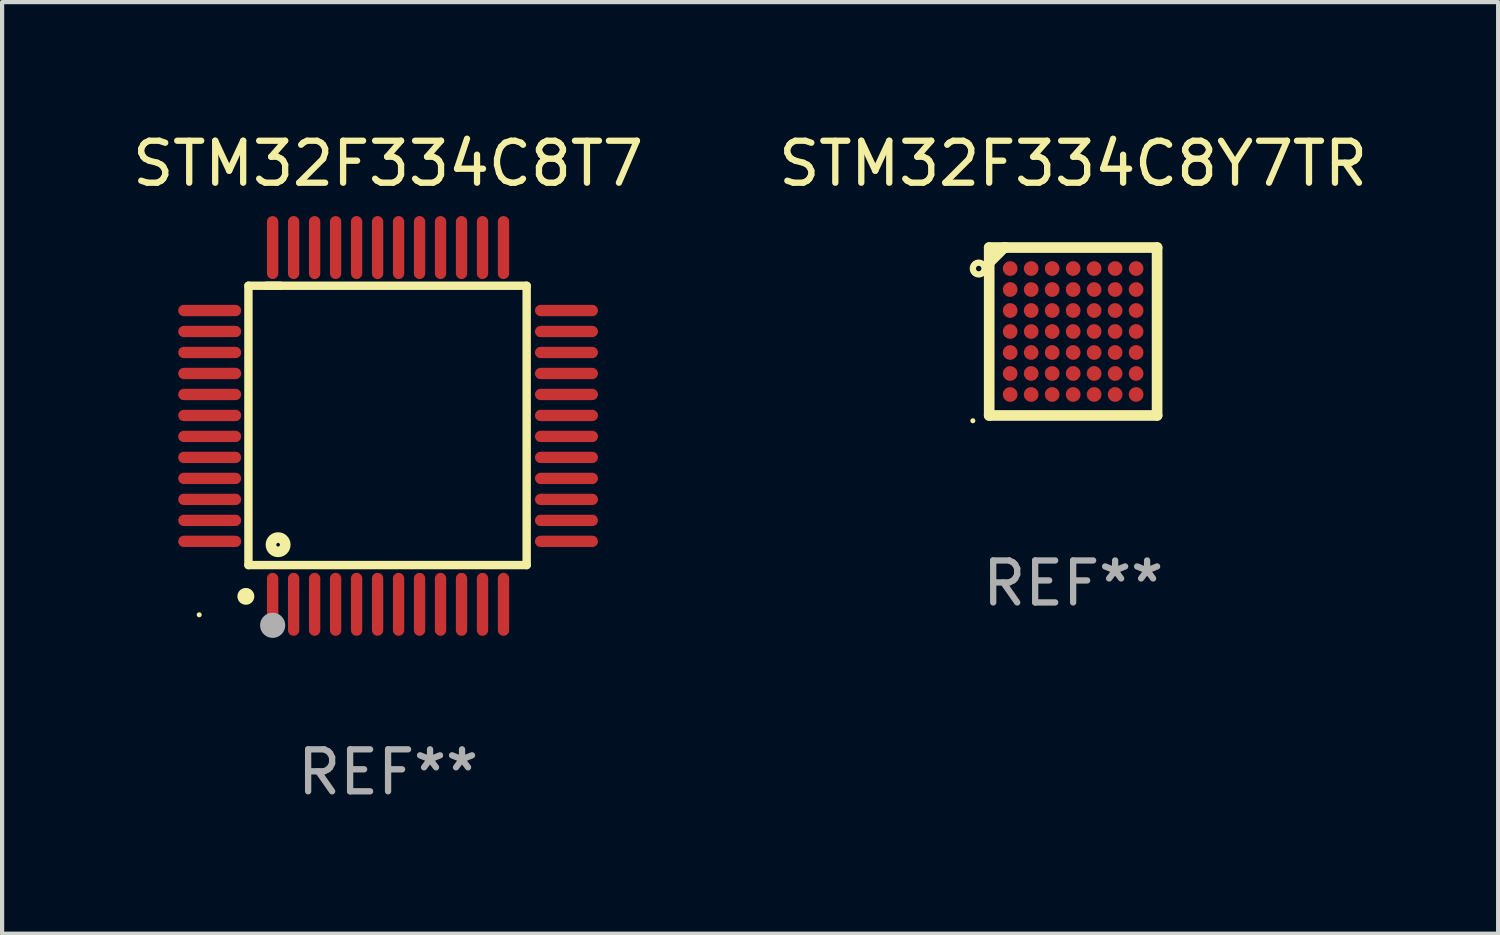
<source format=kicad_pcb>
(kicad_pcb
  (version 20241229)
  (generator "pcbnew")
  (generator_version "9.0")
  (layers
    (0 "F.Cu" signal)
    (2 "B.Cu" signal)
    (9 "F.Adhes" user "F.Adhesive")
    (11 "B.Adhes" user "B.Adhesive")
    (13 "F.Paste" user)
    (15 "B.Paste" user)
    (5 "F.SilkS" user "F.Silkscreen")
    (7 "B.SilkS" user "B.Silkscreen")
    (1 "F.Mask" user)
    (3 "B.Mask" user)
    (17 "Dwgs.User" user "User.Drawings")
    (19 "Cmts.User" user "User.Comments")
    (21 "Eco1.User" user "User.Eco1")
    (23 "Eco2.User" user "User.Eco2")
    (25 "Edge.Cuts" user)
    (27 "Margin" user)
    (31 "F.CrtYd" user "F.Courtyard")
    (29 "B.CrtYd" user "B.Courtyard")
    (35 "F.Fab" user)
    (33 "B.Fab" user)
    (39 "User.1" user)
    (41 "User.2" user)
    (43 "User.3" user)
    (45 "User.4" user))
  (footprint "STM32F334C8T7"
    (layer "F.Cu")
    (at 6.196 7.098)
    (property "Reference" "STM32F334C8T7" (at 0 -6.25 0) (layer "F.SilkS") (effects (font (size 1 1) (thickness 0.15))))
    (attr through_hole)
    (fp_line (start -3.327 -3.34) (end -2.565 -3.34) (stroke (width 0.2) (type solid)) (layer "F.SilkS"))
    (fp_line (start -3.327 3.315) (end -3.327 -3.34) (stroke (width 0.2) (type solid)) (layer "F.SilkS"))
    (fp_line (start -2.896 -3.34) (end 3.302 -3.34) (stroke (width 0.2) (type solid)) (layer "F.SilkS"))
    (fp_line (start 3.302 -3.34) (end 3.302 3.315) (stroke (width 0.2) (type solid)) (layer "F.SilkS"))
    (fp_line (start 3.302 3.315) (end -3.327 3.315) (stroke (width 0.2) (type solid)) (layer "F.SilkS"))
    (fp_arc (start -3.389992 4.059995) (mid -3.388722 4.059991) (end -3.387452 4.059995) (stroke (width 0.4) (type solid)) (layer "F.SilkS"))
    (fp_circle (center -4.5 4.5) (end -4.47 4.5) (stroke (width 0.06) (type solid)) (fill no) (layer "F.SilkS"))
    (fp_circle (center -2.62 2.83) (end -2.45 2.83) (stroke (width 0.254) (type solid)) (fill no) (layer "F.SilkS"))
    (fp_circle (center -2.75 4.75) (end -2.6 4.75) (stroke (width 0.3) (type solid)) (fill no) (layer "F.Fab"))
    (fp_text user "REF**" (at 0 8.25 0) (layer "F.Fab") (effects (font (size 1 1) (thickness 0.15))))
    (pad "1" smd oval (at -2.75 4.25) (size 0.27 1.5) (layers "F.Cu" "F.Mask" "F.Paste"))
    (pad "2" smd oval (at -2.25 4.25) (size 0.27 1.5) (layers "F.Cu" "F.Mask" "F.Paste"))
    (pad "3" smd oval (at -1.75 4.25) (size 0.27 1.5) (layers "F.Cu" "F.Mask" "F.Paste"))
    (pad "4" smd oval (at -1.25 4.25) (size 0.27 1.5) (layers "F.Cu" "F.Mask" "F.Paste"))
    (pad "5" smd oval (at -0.75 4.25) (size 0.27 1.5) (layers "F.Cu" "F.Mask" "F.Paste"))
    (pad "6" smd oval (at -0.25 4.25) (size 0.27 1.5) (layers "F.Cu" "F.Mask" "F.Paste"))
    (pad "7" smd oval (at 0.25 4.25) (size 0.27 1.5) (layers "F.Cu" "F.Mask" "F.Paste"))
    (pad "8" smd oval (at 0.75 4.25) (size 0.27 1.5) (layers "F.Cu" "F.Mask" "F.Paste"))
    (pad "9" smd oval (at 1.25 4.25) (size 0.27 1.5) (layers "F.Cu" "F.Mask" "F.Paste"))
    (pad "10" smd oval (at 1.75 4.25) (size 0.27 1.5) (layers "F.Cu" "F.Mask" "F.Paste"))
    (pad "11" smd oval (at 2.25 4.25) (size 0.27 1.5) (layers "F.Cu" "F.Mask" "F.Paste"))
    (pad "12" smd oval (at 2.75 4.25) (size 0.27 1.5) (layers "F.Cu" "F.Mask" "F.Paste"))
    (pad "13" smd oval (at 4.25 2.75) (size 1.5 0.27) (layers "F.Cu" "F.Mask" "F.Paste"))
    (pad "14" smd oval (at 4.25 2.25) (size 1.5 0.27) (layers "F.Cu" "F.Mask" "F.Paste"))
    (pad "15" smd oval (at 4.25 1.75) (size 1.5 0.27) (layers "F.Cu" "F.Mask" "F.Paste"))
    (pad "16" smd oval (at 4.25 1.25) (size 1.5 0.27) (layers "F.Cu" "F.Mask" "F.Paste"))
    (pad "17" smd oval (at 4.25 0.75) (size 1.5 0.27) (layers "F.Cu" "F.Mask" "F.Paste"))
    (pad "18" smd oval (at 4.25 0.25) (size 1.5 0.27) (layers "F.Cu" "F.Mask" "F.Paste"))
    (pad "19" smd oval (at 4.25 -0.25) (size 1.5 0.27) (layers "F.Cu" "F.Mask" "F.Paste"))
    (pad "20" smd oval (at 4.25 -0.75) (size 1.5 0.27) (layers "F.Cu" "F.Mask" "F.Paste"))
    (pad "21" smd oval (at 4.25 -1.25) (size 1.5 0.27) (layers "F.Cu" "F.Mask" "F.Paste"))
    (pad "22" smd oval (at 4.25 -1.75) (size 1.5 0.27) (layers "F.Cu" "F.Mask" "F.Paste"))
    (pad "23" smd oval (at 4.25 -2.25) (size 1.5 0.27) (layers "F.Cu" "F.Mask" "F.Paste"))
    (pad "24" smd oval (at 4.25 -2.75) (size 1.5 0.27) (layers "F.Cu" "F.Mask" "F.Paste"))
    (pad "25" smd oval (at 2.75 -4.25) (size 0.27 1.5) (layers "F.Cu" "F.Mask" "F.Paste"))
    (pad "26" smd oval (at 2.25 -4.25) (size 0.27 1.5) (layers "F.Cu" "F.Mask" "F.Paste"))
    (pad "27" smd oval (at 1.75 -4.25) (size 0.27 1.5) (layers "F.Cu" "F.Mask" "F.Paste"))
    (pad "28" smd oval (at 1.25 -4.25) (size 0.27 1.5) (layers "F.Cu" "F.Mask" "F.Paste"))
    (pad "29" smd oval (at 0.75 -4.25) (size 0.27 1.5) (layers "F.Cu" "F.Mask" "F.Paste"))
    (pad "30" smd oval (at 0.25 -4.25) (size 0.27 1.5) (layers "F.Cu" "F.Mask" "F.Paste"))
    (pad "31" smd oval (at -0.25 -4.25) (size 0.27 1.5) (layers "F.Cu" "F.Mask" "F.Paste"))
    (pad "32" smd oval (at -0.75 -4.25) (size 0.27 1.5) (layers "F.Cu" "F.Mask" "F.Paste"))
    (pad "33" smd oval (at -1.25 -4.25) (size 0.27 1.5) (layers "F.Cu" "F.Mask" "F.Paste"))
    (pad "34" smd oval (at -1.75 -4.25) (size 0.27 1.5) (layers "F.Cu" "F.Mask" "F.Paste"))
    (pad "35" smd oval (at -2.25 -4.25) (size 0.27 1.5) (layers "F.Cu" "F.Mask" "F.Paste"))
    (pad "36" smd oval (at -2.75 -4.25) (size 0.27 1.5) (layers "F.Cu" "F.Mask" "F.Paste"))
    (pad "37" smd oval (at -4.25 -2.75) (size 1.5 0.27) (layers "F.Cu" "F.Mask" "F.Paste"))
    (pad "38" smd oval (at -4.25 -2.25) (size 1.5 0.27) (layers "F.Cu" "F.Mask" "F.Paste"))
    (pad "39" smd oval (at -4.25 -1.75) (size 1.5 0.27) (layers "F.Cu" "F.Mask" "F.Paste"))
    (pad "40" smd oval (at -4.25 -1.25) (size 1.5 0.27) (layers "F.Cu" "F.Mask" "F.Paste"))
    (pad "41" smd oval (at -4.25 -0.75) (size 1.5 0.27) (layers "F.Cu" "F.Mask" "F.Paste"))
    (pad "42" smd oval (at -4.25 -0.25) (size 1.5 0.27) (layers "F.Cu" "F.Mask" "F.Paste"))
    (pad "43" smd oval (at -4.25 0.25) (size 1.5 0.27) (layers "F.Cu" "F.Mask" "F.Paste"))
    (pad "44" smd oval (at -4.25 0.75) (size 1.5 0.27) (layers "F.Cu" "F.Mask" "F.Paste"))
    (pad "45" smd oval (at -4.25 1.25) (size 1.5 0.27) (layers "F.Cu" "F.Mask" "F.Paste"))
    (pad "46" smd oval (at -4.25 1.75) (size 1.5 0.27) (layers "F.Cu" "F.Mask" "F.Paste"))
    (pad "47" smd oval (at -4.25 2.25) (size 1.5 0.27) (layers "F.Cu" "F.Mask" "F.Paste"))
    (pad "48" smd oval (at -4.25 2.75) (size 1.5 0.27) (layers "F.Cu" "F.Mask" "F.Paste")))
  (footprint "STM32F334C8Y7TR"
    (layer "F.Cu")
    (at 22.518 4.848)
    (property "Reference" "STM32F334C8Y7TR" (at 0 -4 0) (layer "F.SilkS") (effects (font (size 1 1) (thickness 0.15))))
    (attr through_hole)
    (fp_line (start -2 -2) (end 2 -2) (stroke (width 0.254) (type solid)) (layer "F.SilkS"))
    (fp_line (start -2 2) (end -2 -2) (stroke (width 0.254) (type solid)) (layer "F.SilkS"))
    (fp_line (start -1.642 -2) (end -2 -1.642) (stroke (width 0.254) (type solid)) (layer "F.SilkS"))
    (fp_line (start -1.609 -2) (end -1.642 -2) (stroke (width 0.254) (type solid)) (layer "F.SilkS"))
    (fp_line (start 2 -2) (end 2 2) (stroke (width 0.254) (type solid)) (layer "F.SilkS"))
    (fp_line (start 2 2) (end -2 2) (stroke (width 0.254) (type solid)) (layer "F.SilkS"))
    (fp_circle (center -2.39 2.127) (end -2.36 2.127) (stroke (width 0.06) (type solid)) (fill no) (layer "F.SilkS"))
    (fp_circle (center -2.25 -1.5) (end -2.185 -1.5) (stroke (width 0.15) (type solid)) (fill no) (layer "F.SilkS"))
    (fp_text user "REF**" (at 0 6 0) (layer "F.Fab") (effects (font (size 1 1) (thickness 0.15))))
    (pad "A1" smd circle (at -1.5 -1.5) (size 0.35 0.35) (layers "F.Cu" "F.Mask" "F.Paste"))
    (pad "A2" smd circle (at -1 -1.5) (size 0.35 0.35) (layers "F.Cu" "F.Mask" "F.Paste"))
    (pad "A3" smd circle (at -0.5 -1.5) (size 0.35 0.35) (layers "F.Cu" "F.Mask" "F.Paste"))
    (pad "A4" smd circle (at 0.000127 -1.5) (size 0.35 0.35) (layers "F.Cu" "F.Mask" "F.Paste"))
    (pad "A5" smd circle (at 0.5 -1.5) (size 0.35 0.35) (layers "F.Cu" "F.Mask" "F.Paste"))
    (pad "A6" smd circle (at 1 -1.5) (size 0.35 0.35) (layers "F.Cu" "F.Mask" "F.Paste"))
    (pad "A7" smd circle (at 1.5 -1.5) (size 0.35 0.35) (layers "F.Cu" "F.Mask" "F.Paste"))
    (pad "B1" smd circle (at -1.5 -1) (size 0.35 0.35) (layers "F.Cu" "F.Mask" "F.Paste"))
    (pad "B2" smd circle (at -1 -1) (size 0.35 0.35) (layers "F.Cu" "F.Mask" "F.Paste"))
    (pad "B3" smd circle (at -0.5 -1) (size 0.35 0.35) (layers "F.Cu" "F.Mask" "F.Paste"))
    (pad "B4" smd circle (at 0.000127 -1) (size 0.35 0.35) (layers "F.Cu" "F.Mask" "F.Paste"))
    (pad "B5" smd circle (at 0.5 -1) (size 0.35 0.35) (layers "F.Cu" "F.Mask" "F.Paste"))
    (pad "B6" smd circle (at 1 -1) (size 0.35 0.35) (layers "F.Cu" "F.Mask" "F.Paste"))
    (pad "B7" smd circle (at 1.5 -1) (size 0.35 0.35) (layers "F.Cu" "F.Mask" "F.Paste"))
    (pad "C1" smd circle (at -1.5 -0.5) (size 0.35 0.35) (layers "F.Cu" "F.Mask" "F.Paste"))
    (pad "C2" smd circle (at -1 -0.5) (size 0.35 0.35) (layers "F.Cu" "F.Mask" "F.Paste"))
    (pad "C3" smd circle (at -0.5 -0.5) (size 0.35 0.35) (layers "F.Cu" "F.Mask" "F.Paste"))
    (pad "C4" smd circle (at 0.000127 -0.5) (size 0.35 0.35) (layers "F.Cu" "F.Mask" "F.Paste"))
    (pad "C5" smd circle (at 0.5 -0.5) (size 0.35 0.35) (layers "F.Cu" "F.Mask" "F.Paste"))
    (pad "C6" smd circle (at 1 -0.5) (size 0.35 0.35) (layers "F.Cu" "F.Mask" "F.Paste"))
    (pad "C7" smd circle (at 1.5 -0.5) (size 0.35 0.35) (layers "F.Cu" "F.Mask" "F.Paste"))
    (pad "D1" smd circle (at -1.5 0.000127) (size 0.35 0.35) (layers "F.Cu" "F.Mask" "F.Paste"))
    (pad "D2" smd circle (at -1 0.000127) (size 0.35 0.35) (layers "F.Cu" "F.Mask" "F.Paste"))
    (pad "D3" smd circle (at -0.5 0.000127) (size 0.35 0.35) (layers "F.Cu" "F.Mask" "F.Paste"))
    (pad "D4" smd circle (at 0.000127 0.000127) (size 0.35 0.35) (layers "F.Cu" "F.Mask" "F.Paste"))
    (pad "D5" smd circle (at 0.5 0.000127) (size 0.35 0.35) (layers "F.Cu" "F.Mask" "F.Paste"))
    (pad "D6" smd circle (at 1 0.000127) (size 0.35 0.35) (layers "F.Cu" "F.Mask" "F.Paste"))
    (pad "D7" smd circle (at 1.5 0.000127) (size 0.35 0.35) (layers "F.Cu" "F.Mask" "F.Paste"))
    (pad "E1" smd circle (at -1.5 0.5) (size 0.35 0.35) (layers "F.Cu" "F.Mask" "F.Paste"))
    (pad "E2" smd circle (at -1 0.5) (size 0.35 0.35) (layers "F.Cu" "F.Mask" "F.Paste"))
    (pad "E3" smd circle (at -0.5 0.5) (size 0.35 0.35) (layers "F.Cu" "F.Mask" "F.Paste"))
    (pad "E4" smd circle (at 0.000127 0.5) (size 0.35 0.35) (layers "F.Cu" "F.Mask" "F.Paste"))
    (pad "E5" smd circle (at 0.5 0.5) (size 0.35 0.35) (layers "F.Cu" "F.Mask" "F.Paste"))
    (pad "E6" smd circle (at 1 0.5) (size 0.35 0.35) (layers "F.Cu" "F.Mask" "F.Paste"))
    (pad "E7" smd circle (at 1.5 0.5) (size 0.35 0.35) (layers "F.Cu" "F.Mask" "F.Paste"))
    (pad "F1" smd circle (at -1.5 1) (size 0.35 0.35) (layers "F.Cu" "F.Mask" "F.Paste"))
    (pad "F2" smd circle (at -1 1) (size 0.35 0.35) (layers "F.Cu" "F.Mask" "F.Paste"))
    (pad "F3" smd circle (at -0.5 1) (size 0.35 0.35) (layers "F.Cu" "F.Mask" "F.Paste"))
    (pad "F4" smd circle (at 0.000127 1) (size 0.35 0.35) (layers "F.Cu" "F.Mask" "F.Paste"))
    (pad "F5" smd circle (at 0.5 1) (size 0.35 0.35) (layers "F.Cu" "F.Mask" "F.Paste"))
    (pad "F6" smd circle (at 1 1) (size 0.35 0.35) (layers "F.Cu" "F.Mask" "F.Paste"))
    (pad "F7" smd circle (at 1.5 1) (size 0.35 0.35) (layers "F.Cu" "F.Mask" "F.Paste"))
    (pad "G1" smd circle (at -1.5 1.5) (size 0.35 0.35) (layers "F.Cu" "F.Mask" "F.Paste"))
    (pad "G2" smd circle (at -1 1.5) (size 0.35 0.35) (layers "F.Cu" "F.Mask" "F.Paste"))
    (pad "G3" smd circle (at -0.5 1.5) (size 0.35 0.35) (layers "F.Cu" "F.Mask" "F.Paste"))
    (pad "G4" smd circle (at 0.000127 1.5) (size 0.35 0.35) (layers "F.Cu" "F.Mask" "F.Paste"))
    (pad "G5" smd circle (at 0.5 1.5) (size 0.35 0.35) (layers "F.Cu" "F.Mask" "F.Paste"))
    (pad "G6" smd circle (at 1 1.5) (size 0.35 0.35) (layers "F.Cu" "F.Mask" "F.Paste"))
    (pad "G7" smd circle (at 1.5 1.5) (size 0.35 0.35) (layers "F.Cu" "F.Mask" "F.Paste")))
  (gr_rect
    (start -3 -3)
    (end 32.643 19.196)
    (stroke (width 0.1) (type default))
    (fill no)
    (layer "Edge.Cuts")))
</source>
